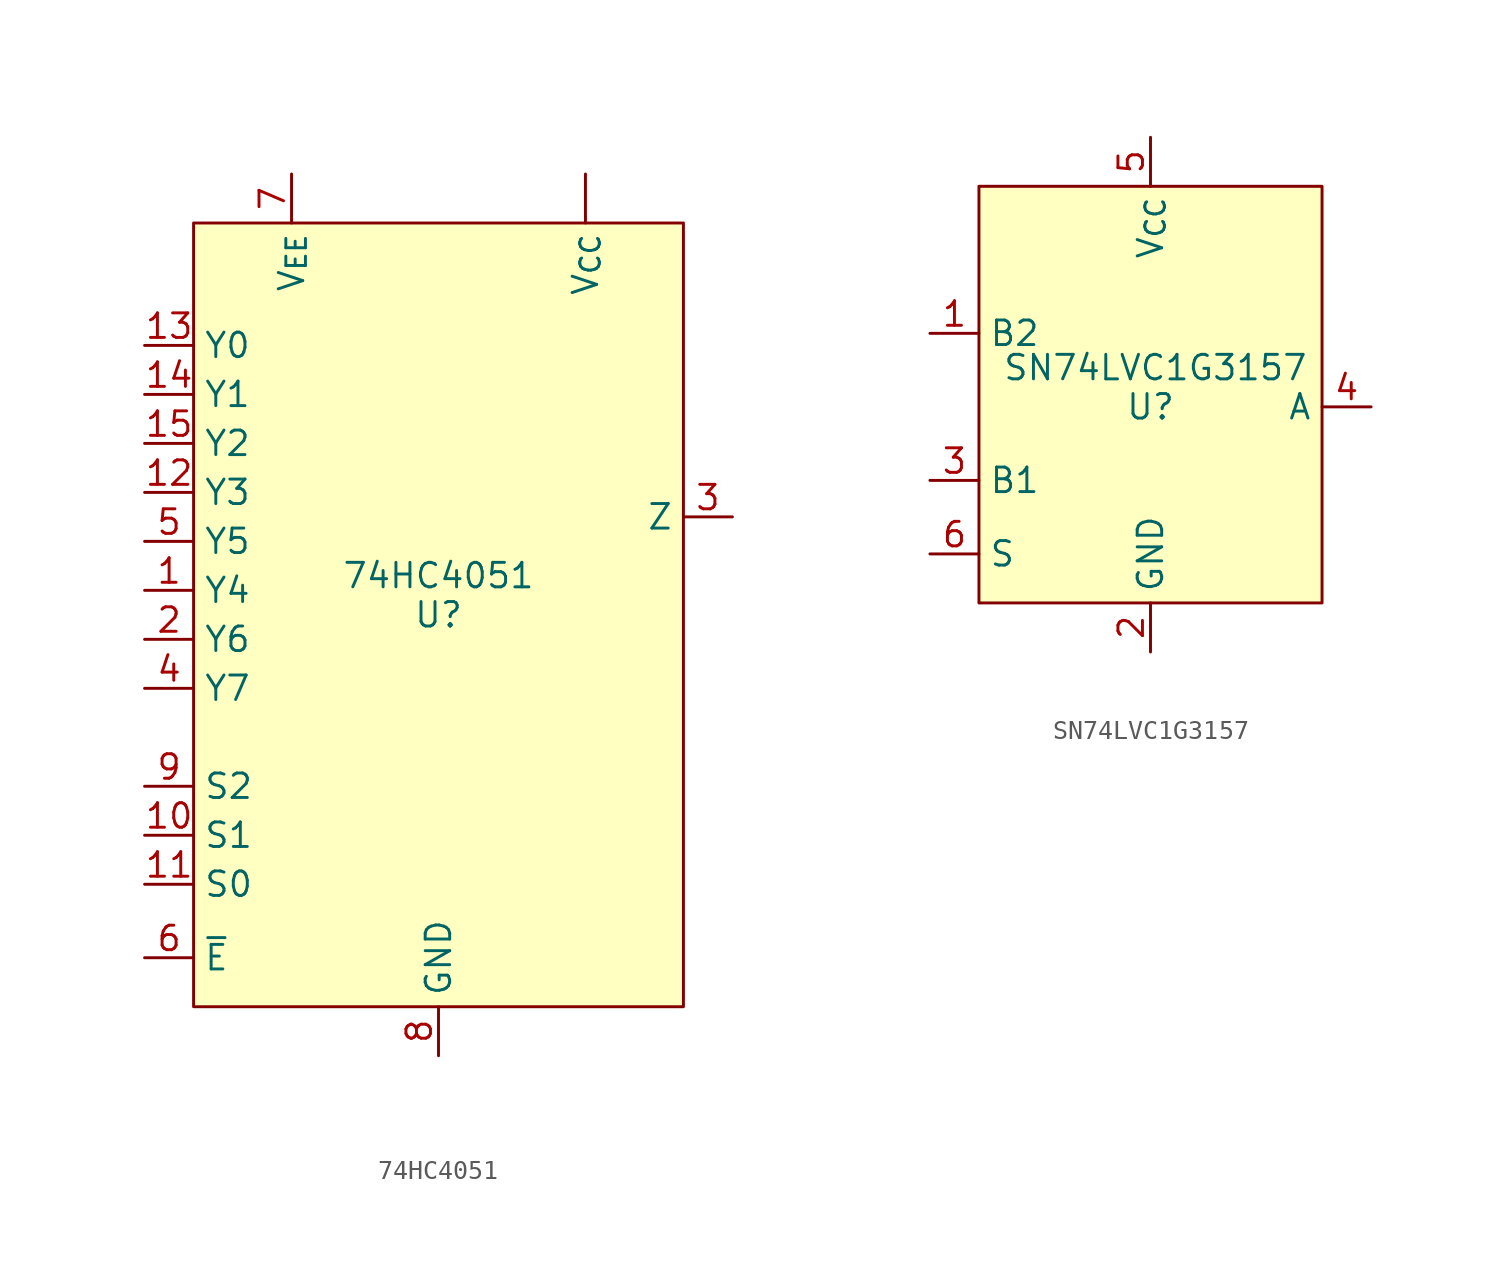
<source format=kicad_sym>
(kicad_symbol_lib
  (version 20231120)
  (generator "kicad_symbol_editor")
  (generator_version "8.0")
  (symbol "74HC4051"
    (property "Reference" "U"
      (at 0 0 0)
      (effects (font (size 1.27 1.27))))
    (property "Value" "74HC4051"
      (at 0 2.032 0)
      (effects (font (size 1.27 1.27))))
    (symbol "74HC4051_1_1"
      (rectangle (start -12.7 20.32) (end 12.7 -20.32) (stroke (width 0) (type default)) (fill (type background)))
      (pin power_in line (at 7.62 22.86 270) (length 2.54) (name "V_{CC}" (effects (font (size 1.27 1.27)))) (number "" (effects (font (size 1.27 1.27)))))
      (pin bidirectional line (at -15.24 1.27 0) (length 2.54) (name "Y4" (effects (font (size 1.27 1.27)))) (number "1" (effects (font (size 1.27 1.27)))))
      (pin input line (at -15.24 -11.43 0) (length 2.54) (name "S1" (effects (font (size 1.27 1.27)))) (number "10" (effects (font (size 1.27 1.27)))))
      (pin input line (at -15.24 -13.97 0) (length 2.54) (name "S0" (effects (font (size 1.27 1.27)))) (number "11" (effects (font (size 1.27 1.27)))))
      (pin bidirectional line (at -15.24 6.35 0) (length 2.54) (name "Y3" (effects (font (size 1.27 1.27)))) (number "12" (effects (font (size 1.27 1.27)))))
      (pin bidirectional line (at -15.24 13.97 0) (length 2.54) (name "Y0" (effects (font (size 1.27 1.27)))) (number "13" (effects (font (size 1.27 1.27)))))
      (pin bidirectional line (at -15.24 11.43 0) (length 2.54) (name "Y1" (effects (font (size 1.27 1.27)))) (number "14" (effects (font (size 1.27 1.27)))))
      (pin bidirectional line (at -15.24 8.89 0) (length 2.54) (name "Y2" (effects (font (size 1.27 1.27)))) (number "15" (effects (font (size 1.27 1.27)))))
      (pin bidirectional line (at -15.24 -1.27 0) (length 2.54) (name "Y6" (effects (font (size 1.27 1.27)))) (number "2" (effects (font (size 1.27 1.27)))))
      (pin bidirectional line (at 15.24 5.08 180) (length 2.54) (name "Z" (effects (font (size 1.27 1.27)))) (number "3" (effects (font (size 1.27 1.27)))))
      (pin bidirectional line (at -15.24 -3.81 0) (length 2.54) (name "Y7" (effects (font (size 1.27 1.27)))) (number "4" (effects (font (size 1.27 1.27)))))
      (pin bidirectional line (at -15.24 3.81 0) (length 2.54) (name "Y5" (effects (font (size 1.27 1.27)))) (number "5" (effects (font (size 1.27 1.27)))))
      (pin input line (at -15.24 -17.78 0) (length 2.54) (name "~{E}" (effects (font (size 1.27 1.27)))) (number "6" (effects (font (size 1.27 1.27)))))
      (pin power_in line (at -7.62 22.86 270) (length 2.54) (name "V_{EE}" (effects (font (size 1.27 1.27)))) (number "7" (effects (font (size 1.27 1.27)))))
      (pin power_in line (at 0 -22.86 90) (length 2.54) (name "GND" (effects (font (size 1.27 1.27)))) (number "8" (effects (font (size 1.27 1.27)))))
      (pin input line (at -15.24 -8.89 0) (length 2.54) (name "S2" (effects (font (size 1.27 1.27)))) (number "9" (effects (font (size 1.27 1.27)))))))
  (symbol "SN74LVC1G3157"
    (property "Reference" "U"
      (at 0 0 0)
      (effects (font (size 1.27 1.27))))
    (property "Value" "SN74LVC1G3157"
      (at 0.254 2.032 0)
      (effects (font (size 1.27 1.27))))
    (symbol "SN74LVC1G3157_1_1"
      (rectangle (start -8.89 11.43) (end 8.89 -10.16) (stroke (width 0) (type default)) (fill (type background)))
      (pin bidirectional line (at -11.43 3.81 0) (length 2.54) (name "B2" (effects (font (size 1.27 1.27)))) (number "1" (effects (font (size 1.27 1.27)))))
      (pin input line (at 0 -12.7 90) (length 2.54) (name "GND" (effects (font (size 1.27 1.27)))) (number "2" (effects (font (size 1.27 1.27)))))
      (pin bidirectional line (at -11.43 -3.81 0) (length 2.54) (name "B1" (effects (font (size 1.27 1.27)))) (number "3" (effects (font (size 1.27 1.27)))))
      (pin bidirectional line (at 11.43 0 180) (length 2.54) (name "A" (effects (font (size 1.27 1.27)))) (number "4" (effects (font (size 1.27 1.27)))))
      (pin input line (at 0 13.97 270) (length 2.54) (name "V_{CC}" (effects (font (size 1.27 1.27)))) (number "5" (effects (font (size 1.27 1.27)))))
      (pin input line (at -11.43 -7.62 0) (length 2.54) (name "S" (effects (font (size 1.27 1.27)))) (number "6" (effects (font (size 1.27 1.27))))))))
</source>
